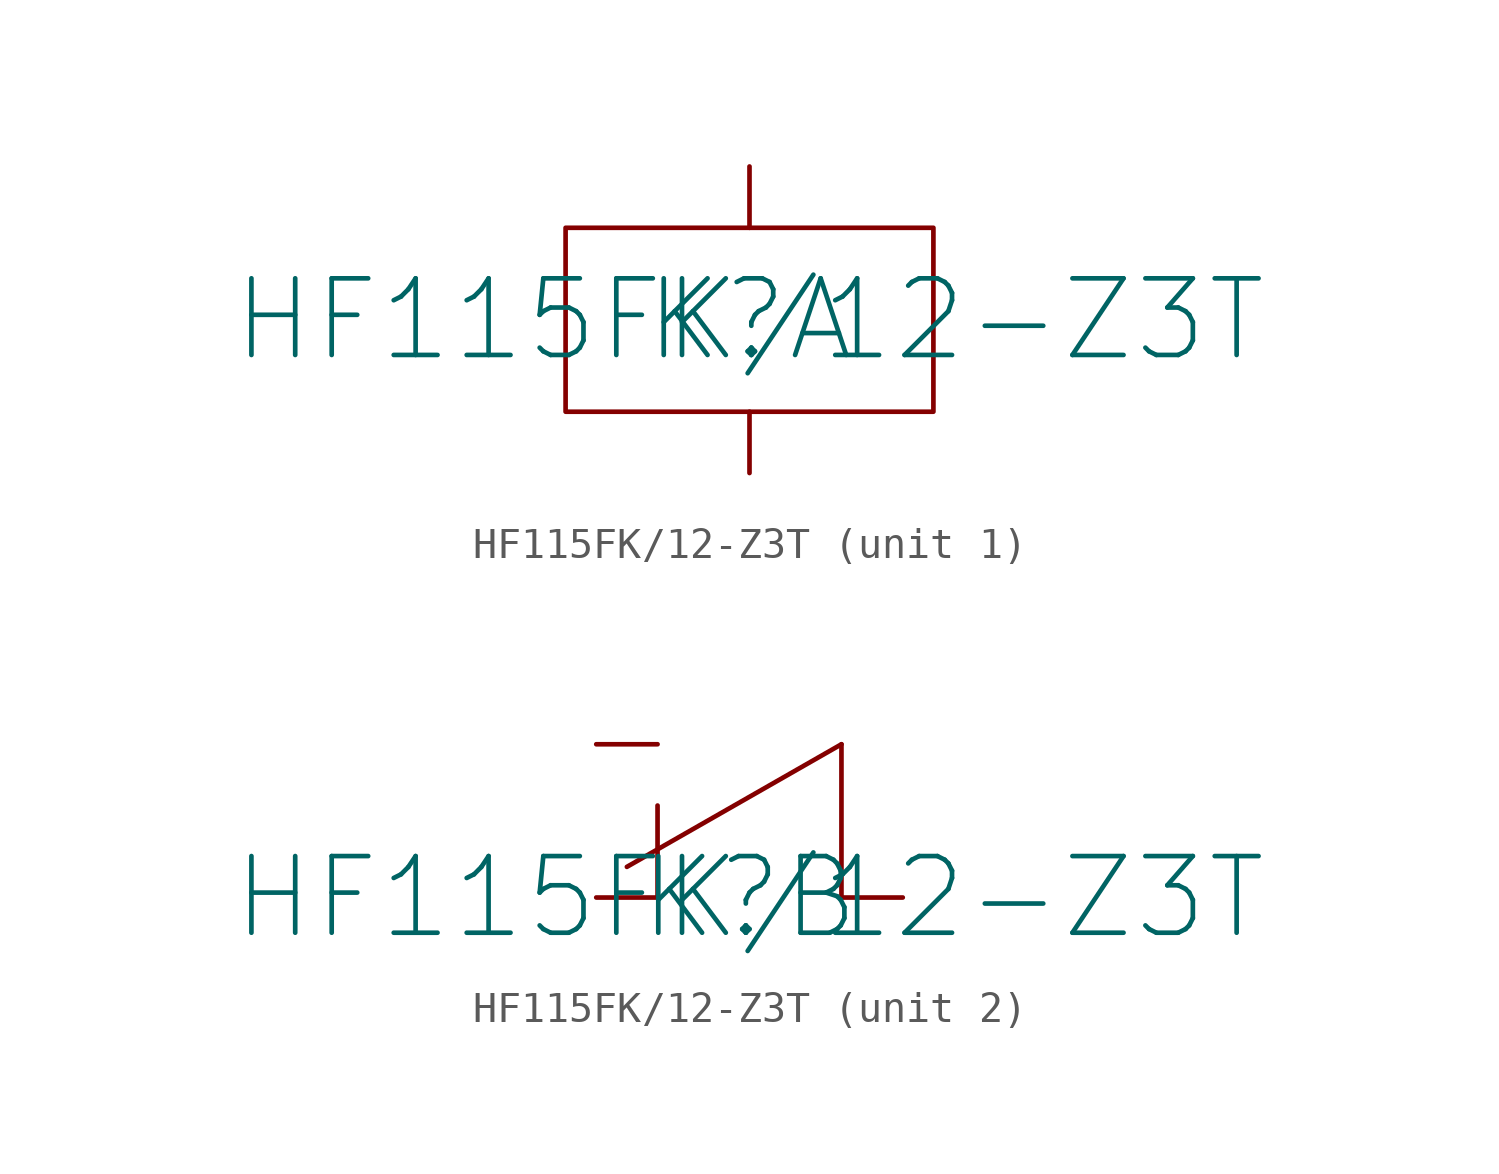
<source format=kicad_sym>
(kicad_symbol_lib
  (version 20220914)
  (generator kicad_symbol_editor)
  (symbol "HF115FK/12-Z3T"
    (pin_numbers hide)
    (property "Reference" "K"
      (at 0 0 0)
      (effects (font (size 2.5 2.5))))
    (property "Value" "HF115FK/12-Z3T"
      (at 0 0 0)
      (effects (font (size 2.5 2.5))))
    (property "ki_locked" ""
      (at 0 0 0)
      (effects (font (size 1.27 1.27))))
    (symbol "HF115FK/12-Z3T_1_1"
      (rectangle (start -6 3) (end 6 -3) (stroke (width 0) (type default)) (fill (type none)))
      (pin input line (at 0 5 270) (length 2) (name "" (effects (font (size 2.5 2.5)))) (number "1" (effects (font (size 2.5 2.5)))))
      (pin input line (at 0 -5 90) (length 2) (name "" (effects (font (size 2.5 2.5)))) (number "2" (effects (font (size 2.5 2.5))))))
    (symbol "HF115FK/12-Z3T_2_1"
      (polyline (pts (xy -3 0) (xy -3 3)) (stroke (width 0) (type default)) (fill (type none)))
      (polyline (pts (xy 3 0) (xy 3 5)) (stroke (width 0) (type default)) (fill (type none)))
      (polyline (pts (xy 3 5) (xy -4 1)) (stroke (width 0) (type default)) (fill (type none)))
      (pin input line (at 5 0 180) (length 2) (name "" (effects (font (size 2.5 2.5)))) (number "3" (effects (font (size 2.5 2.5)))))
      (pin input line (at -5 5 0) (length 2) (name "" (effects (font (size 2.5 2.5)))) (number "4" (effects (font (size 2.5 2.5)))))
      (pin input line (at -5 0 0) (length 2) (name "" (effects (font (size 2.5 2.5)))) (number "5" (effects (font (size 2.5 2.5))))))))
</source>
